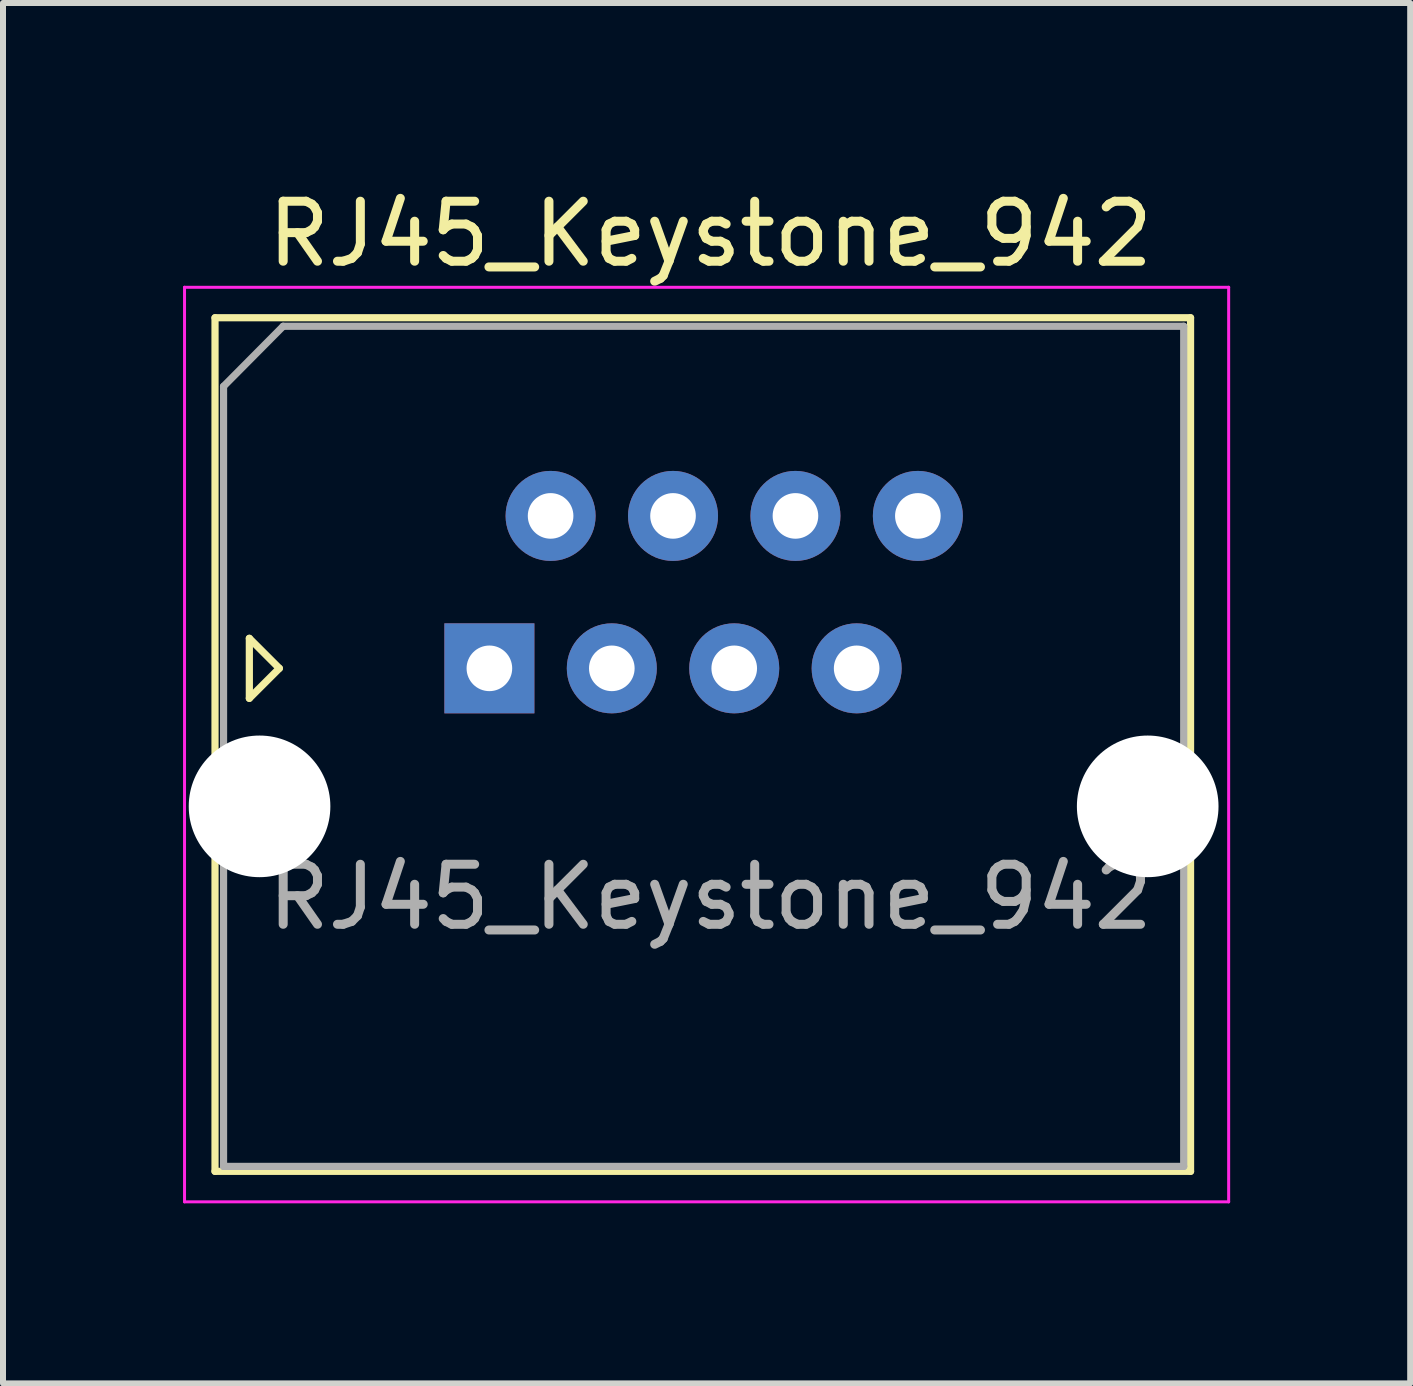
<source format=kicad_pcb>
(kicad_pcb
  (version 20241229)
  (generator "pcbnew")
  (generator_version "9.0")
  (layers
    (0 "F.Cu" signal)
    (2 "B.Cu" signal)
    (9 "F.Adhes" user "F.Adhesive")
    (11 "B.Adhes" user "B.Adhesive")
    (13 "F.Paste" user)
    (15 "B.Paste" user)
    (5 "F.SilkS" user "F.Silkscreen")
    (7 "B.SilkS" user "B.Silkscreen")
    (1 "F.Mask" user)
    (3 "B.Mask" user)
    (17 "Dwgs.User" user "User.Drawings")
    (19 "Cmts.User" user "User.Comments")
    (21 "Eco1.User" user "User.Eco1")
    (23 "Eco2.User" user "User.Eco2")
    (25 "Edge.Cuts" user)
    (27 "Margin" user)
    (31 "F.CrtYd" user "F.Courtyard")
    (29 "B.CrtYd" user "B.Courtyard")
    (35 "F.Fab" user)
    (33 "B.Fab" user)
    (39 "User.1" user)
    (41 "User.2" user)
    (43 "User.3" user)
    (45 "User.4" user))
  (footprint "RJ45_Keystone_942"
    (layer "F.Cu")
    (at 5.105 8.087)
    (property "Reference" "RJ45_Keystone_942" (at 3.683 -7.239 0) (layer "F.SilkS") (effects (font (size 1 1) (thickness 0.15))))
    (attr through_hole)
    (fp_line (start -4.572 -5.842) (end -4.572 8.382) (stroke (width 0.12) (type solid)) (layer "F.SilkS"))
    (fp_line (start -4.572 8.382) (end 11.684 8.382) (stroke (width 0.12) (type solid)) (layer "F.SilkS"))
    (fp_line (start -4 -0.5) (end -4 0.5) (stroke (width 0.12) (type solid)) (layer "F.SilkS"))
    (fp_line (start -4 0.5) (end -3.5 0) (stroke (width 0.12) (type solid)) (layer "F.SilkS"))
    (fp_line (start -3.5 0) (end -4 -0.5) (stroke (width 0.12) (type solid)) (layer "F.SilkS"))
    (fp_line (start 11.684 -5.842) (end -4.572 -5.842) (stroke (width 0.12) (type solid)) (layer "F.SilkS"))
    (fp_line (start 11.684 -5.842) (end 11.684 8.382) (stroke (width 0.12) (type solid)) (layer "F.SilkS"))
    (fp_line (start -5.08 -6.35) (end -5.08 8.89) (stroke (width 0.05) (type solid)) (layer "F.CrtYd"))
    (fp_line (start -5.08 -6.35) (end 12.319 -6.35) (stroke (width 0.05) (type solid)) (layer "F.CrtYd"))
    (fp_line (start 12.319 8.89) (end -5.08 8.89) (stroke (width 0.05) (type solid)) (layer "F.CrtYd"))
    (fp_line (start 12.319 8.89) (end 12.319 -6.35) (stroke (width 0.05) (type solid)) (layer "F.CrtYd"))
    (fp_line (start -4.43 -4.699) (end -3.437 -5.7) (stroke (width 0.12) (type solid)) (layer "F.Fab"))
    (fp_line (start -4.43 8.3) (end -4.43 -4.699) (stroke (width 0.12) (type solid)) (layer "F.Fab"))
    (fp_line (start -3.437 -5.7) (end 11.57 -5.7) (stroke (width 0.12) (type solid)) (layer "F.Fab"))
    (fp_line (start 11.57 -5.7) (end 11.57 8.3) (stroke (width 0.12) (type solid)) (layer "F.Fab"))
    (fp_line (start 11.57 8.3) (end -4.43 8.3) (stroke (width 0.12) (type solid)) (layer "F.Fab"))
    (fp_text user "${REFERENCE}" (at 3.683 3.81 0) (layer "F.Fab") (effects (font (size 1 1) (thickness 0.15))))
    (pad "" np_thru_hole circle (at -3.83 2.3) (size 2.36 2.36) (drill 2.36) (layers "*.Cu" "*.Mask"))
    (pad "" np_thru_hole circle (at 10.97 2.3) (size 2.36 2.36) (drill 2.36) (layers "*.Cu" "*.Mask"))
    (pad "1" thru_hole rect (at 0 0) (size 1.5 1.5) (drill 0.76) (layers "*.Cu" "*.Mask"))
    (pad "2" thru_hole circle (at 1.02 -2.54) (size 1.5 1.5) (drill 0.76) (layers "*.Cu" "*.Mask"))
    (pad "3" thru_hole circle (at 2.04 0) (size 1.5 1.5) (drill 0.76) (layers "*.Cu" "*.Mask"))
    (pad "4" thru_hole circle (at 3.06 -2.54) (size 1.5 1.5) (drill 0.76) (layers "*.Cu" "*.Mask"))
    (pad "5" thru_hole circle (at 4.08 0) (size 1.5 1.5) (drill 0.76) (layers "*.Cu" "*.Mask"))
    (pad "6" thru_hole circle (at 5.1 -2.54) (size 1.5 1.5) (drill 0.76) (layers "*.Cu" "*.Mask"))
    (pad "7" thru_hole circle (at 6.12 0) (size 1.5 1.5) (drill 0.76) (layers "*.Cu" "*.Mask"))
    (pad "8" thru_hole circle (at 7.14 -2.54) (size 1.5 1.5) (drill 0.76) (layers "*.Cu" "*.Mask")))
  (gr_rect
    (start -3 -3)
    (end 20.449 20.002)
    (stroke (width 0.1) (type default))
    (fill no)
    (layer "Edge.Cuts")))
</source>
